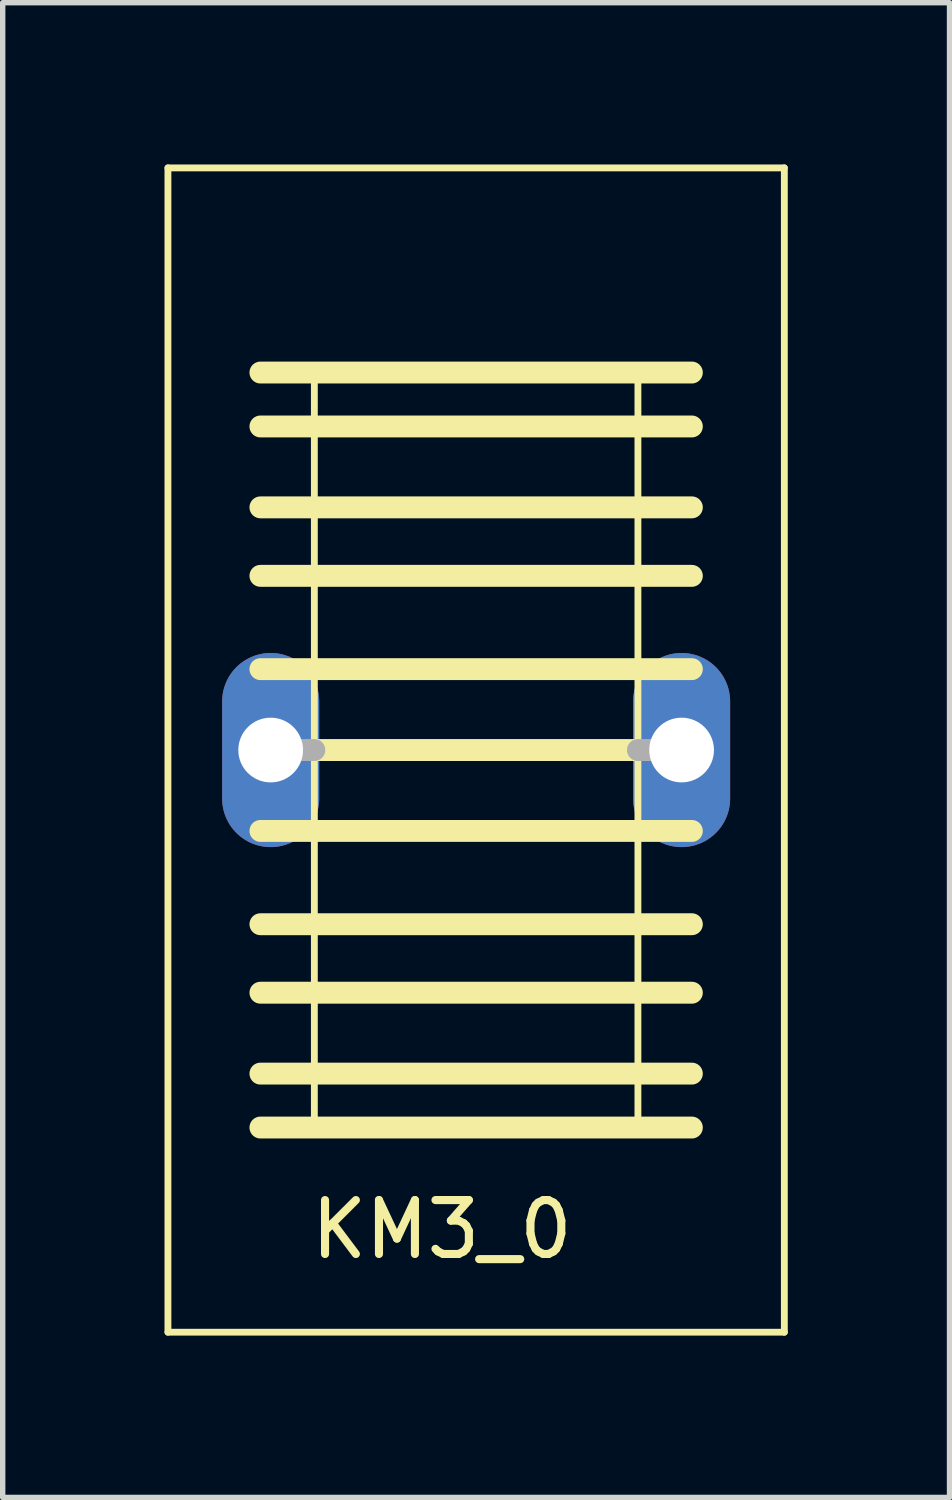
<source format=kicad_pcb>
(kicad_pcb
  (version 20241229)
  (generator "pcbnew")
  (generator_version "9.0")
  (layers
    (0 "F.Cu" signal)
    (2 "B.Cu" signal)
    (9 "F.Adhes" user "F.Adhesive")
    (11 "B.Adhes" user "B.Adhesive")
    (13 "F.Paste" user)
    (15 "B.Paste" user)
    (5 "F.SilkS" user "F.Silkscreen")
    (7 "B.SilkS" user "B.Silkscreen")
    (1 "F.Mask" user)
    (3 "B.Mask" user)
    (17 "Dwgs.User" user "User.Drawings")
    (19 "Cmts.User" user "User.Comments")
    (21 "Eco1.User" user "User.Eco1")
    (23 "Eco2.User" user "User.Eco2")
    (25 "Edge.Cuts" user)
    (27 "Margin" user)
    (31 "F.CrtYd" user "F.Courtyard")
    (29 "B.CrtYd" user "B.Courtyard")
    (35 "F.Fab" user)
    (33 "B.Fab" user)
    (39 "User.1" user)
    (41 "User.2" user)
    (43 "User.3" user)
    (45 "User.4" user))
  (footprint "KM3_0"
    (layer "F.Cu")
    (at 5.779 10.858)
    (property "Reference" "KM3_0" (at -0.635 8.89 0) (layer "F.SilkS") (effects (font (size 1 1) (thickness 0.15))))
    (attr through_hole)
    (fp_line (start -5.715 -10.795) (end 5.715 -10.795) (stroke (width 0.127) (type solid)) (layer "F.SilkS"))
    (fp_line (start -5.715 10.795) (end -5.715 -10.795) (stroke (width 0.127) (type solid)) (layer "F.SilkS"))
    (fp_line (start -4 -7) (end 4 -7) (stroke (width 0.406) (type solid)) (layer "F.SilkS"))
    (fp_line (start -4 -6) (end 4 -6) (stroke (width 0.406) (type solid)) (layer "F.SilkS"))
    (fp_line (start -4 -4.5) (end 4 -4.5) (stroke (width 0.406) (type solid)) (layer "F.SilkS"))
    (fp_line (start -4 -3.23) (end 4 -3.23) (stroke (width 0.406) (type solid)) (layer "F.SilkS"))
    (fp_line (start -4 -1.5) (end 4 -1.5) (stroke (width 0.406) (type solid)) (layer "F.SilkS"))
    (fp_line (start -4 1.5) (end 4 1.5) (stroke (width 0.406) (type solid)) (layer "F.SilkS"))
    (fp_line (start -4 3.23) (end 4 3.23) (stroke (width 0.406) (type solid)) (layer "F.SilkS"))
    (fp_line (start -4 4.5) (end 4 4.5) (stroke (width 0.406) (type solid)) (layer "F.SilkS"))
    (fp_line (start -4 6) (end 4 6) (stroke (width 0.406) (type solid)) (layer "F.SilkS"))
    (fp_line (start -4 7) (end 4 7) (stroke (width 0.406) (type solid)) (layer "F.SilkS"))
    (fp_line (start -3 -7) (end -3 0) (stroke (width 0.127) (type solid)) (layer "F.SilkS"))
    (fp_line (start -3 0) (end -3 7) (stroke (width 0.127) (type solid)) (layer "F.SilkS"))
    (fp_line (start -3 0) (end 3 0) (stroke (width 0.406) (type solid)) (layer "F.SilkS"))
    (fp_line (start -3 7) (end 3 7) (stroke (width 0.127) (type solid)) (layer "F.SilkS"))
    (fp_line (start 3 -7) (end -3 -7) (stroke (width 0.127) (type solid)) (layer "F.SilkS"))
    (fp_line (start 3 0) (end 3 -7) (stroke (width 0.127) (type solid)) (layer "F.SilkS"))
    (fp_line (start 3 7) (end 3 0) (stroke (width 0.127) (type solid)) (layer "F.SilkS"))
    (fp_line (start 5.715 -10.795) (end 5.715 10.795) (stroke (width 0.127) (type solid)) (layer "F.SilkS"))
    (fp_line (start 5.715 10.795) (end -5.715 10.795) (stroke (width 0.127) (type solid)) (layer "F.SilkS"))
    (fp_line (start -4 0) (end -3 0) (stroke (width 0.406) (type solid)) (layer "F.Fab"))
    (fp_line (start 3 0) (end 4 0) (stroke (width 0.406) (type solid)) (layer "F.Fab"))
    (pad "1" thru_hole oval (at -3.81 0) (size 1.8 3.6) (drill 1.2) (layers "*.Cu" "*.Mask"))
    (pad "2" thru_hole oval (at 3.81 0) (size 1.8 3.6) (drill 1.2) (layers "*.Cu" "*.Mask")))
  (gr_rect
    (start -3 -3)
    (end 14.557 24.717)
    (stroke (width 0.1) (type default))
    (fill no)
    (layer "Edge.Cuts")))
</source>
